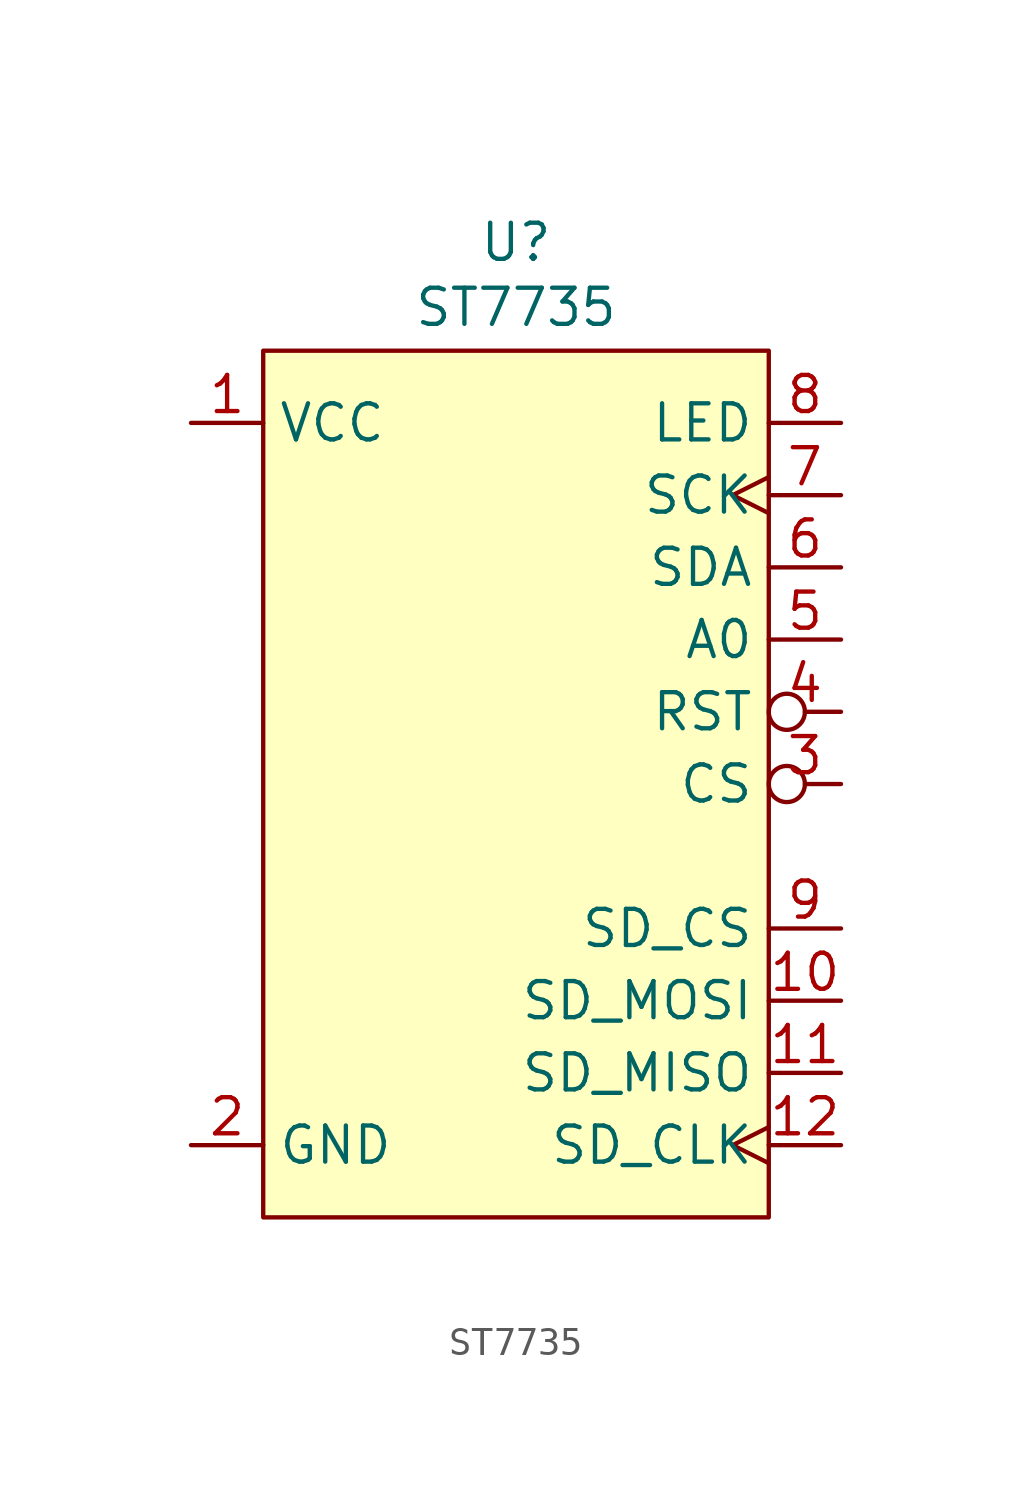
<source format=kicad_sym>
(kicad_symbol_lib
  (version 20231120)
  (generator "kicad_symbol_editor")
  (generator_version "8.0")
  (symbol "ST7735"
    (property "Reference" "U"
      (at 0 3.81 0)
      (effects (font (size 1.27 1.27))))
    (property "Value" "ST7735"
      (at 0 1.524 0)
      (effects (font (size 1.27 1.27))))
    (symbol "ST7735_1_1"
      (rectangle (start -8.89 0) (end 8.89 -30.48) (stroke (width 0) (type default)) (fill (type background)))
      (pin power_in line (at -11.43 -2.54 0) (length 2.54) (name "VCC" (effects (font (size 1.27 1.27)))) (number "1" (effects (font (size 1.27 1.27)))))
      (pin output line (at 11.43 -22.86 180) (length 2.54) (name "SD_MOSI" (effects (font (size 1.27 1.27)))) (number "10" (effects (font (size 1.27 1.27)))))
      (pin input line (at 11.43 -25.4 180) (length 2.54) (name "SD_MISO" (effects (font (size 1.27 1.27)))) (number "11" (effects (font (size 1.27 1.27)))))
      (pin output clock (at 11.43 -27.94 180) (length 2.54) (name "SD_CLK" (effects (font (size 1.27 1.27)))) (number "12" (effects (font (size 1.27 1.27)))))
      (pin power_in line (at -11.43 -27.94 0) (length 2.54) (name "GND" (effects (font (size 1.27 1.27)))) (number "2" (effects (font (size 1.27 1.27)))))
      (pin input inverted (at 11.43 -15.24 180) (length 2.54) (name "CS" (effects (font (size 1.27 1.27)))) (number "3" (effects (font (size 1.27 1.27)))))
      (pin input inverted (at 11.43 -12.7 180) (length 2.54) (name "RST" (effects (font (size 1.27 1.27)))) (number "4" (effects (font (size 1.27 1.27)))))
      (pin input line (at 11.43 -10.16 180) (length 2.54) (name "A0" (effects (font (size 1.27 1.27)))) (number "5" (effects (font (size 1.27 1.27)))))
      (pin bidirectional line (at 11.43 -7.62 180) (length 2.54) (name "SDA" (effects (font (size 1.27 1.27)))) (number "6" (effects (font (size 1.27 1.27)))))
      (pin input clock (at 11.43 -5.08 180) (length 2.54) (name "SCK" (effects (font (size 1.27 1.27)))) (number "7" (effects (font (size 1.27 1.27)))))
      (pin input line (at 11.43 -2.54 180) (length 2.54) (name "LED" (effects (font (size 1.27 1.27)))) (number "8" (effects (font (size 1.27 1.27)))))
      (pin output line (at 11.43 -20.32 180) (length 2.54) (name "SD_CS" (effects (font (size 1.27 1.27)))) (number "9" (effects (font (size 1.27 1.27))))))))
</source>
